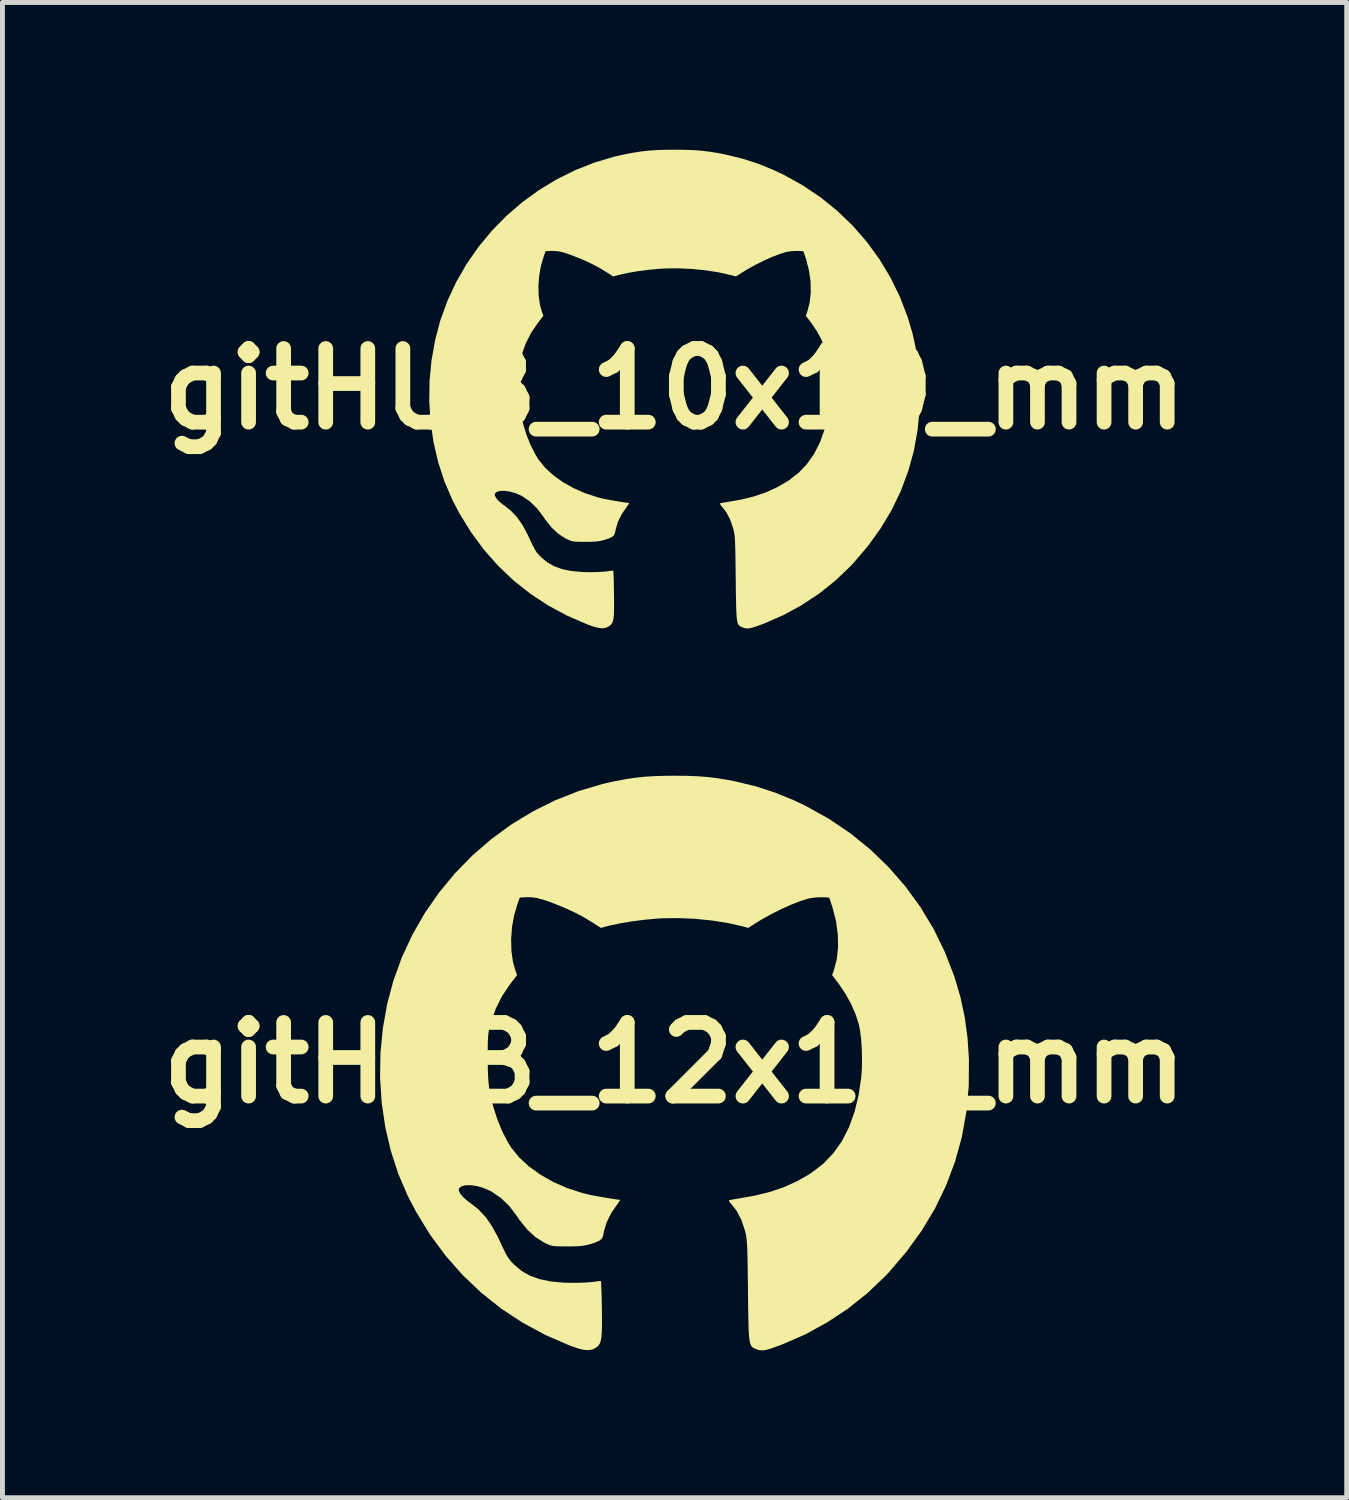
<source format=kicad_pcb>
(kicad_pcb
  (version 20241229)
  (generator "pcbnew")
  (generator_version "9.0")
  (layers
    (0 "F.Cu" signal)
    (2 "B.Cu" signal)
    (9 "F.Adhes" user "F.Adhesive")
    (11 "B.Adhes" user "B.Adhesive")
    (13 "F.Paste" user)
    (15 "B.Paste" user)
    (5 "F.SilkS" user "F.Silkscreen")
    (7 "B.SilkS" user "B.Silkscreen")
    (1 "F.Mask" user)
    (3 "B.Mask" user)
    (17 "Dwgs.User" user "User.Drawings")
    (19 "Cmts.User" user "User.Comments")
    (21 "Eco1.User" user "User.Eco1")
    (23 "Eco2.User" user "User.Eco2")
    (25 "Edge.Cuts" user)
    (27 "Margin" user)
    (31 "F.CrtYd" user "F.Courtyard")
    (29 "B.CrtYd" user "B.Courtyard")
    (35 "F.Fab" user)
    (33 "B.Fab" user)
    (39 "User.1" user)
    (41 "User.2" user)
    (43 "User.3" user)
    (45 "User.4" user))
  (footprint "gitHUB_10x10_mm"
    (layer "F.Cu")
    (at 10.693 4.872)
    (property "Reference" "gitHUB_10x10_mm" (at 0 0 0) (layer "F.SilkS") (effects (font (size 1.5 1.5) (thickness 0.3))))
    (attr board_only exclude_from_pos_files exclude_from_bom)
    (fp_poly (pts (xy 0.213 -4.87) (xy 0.398 -4.863) (xy 0.567 -4.85) (xy 0.731 -4.829) (xy 0.902 -4.801) (xy 1.032 -4.775) (xy 1.376 -4.692) (xy 1.703 -4.587) (xy 2.026 -4.455) (xy 2.231 -4.357) (xy 2.619 -4.141) (xy 2.983 -3.895) (xy 3.322 -3.62) (xy 3.635 -3.318) (xy 3.919 -2.991) (xy 4.174 -2.64) (xy 4.399 -2.267) (xy 4.591 -1.874) (xy 4.749 -1.462) (xy 4.75 -1.458) (xy 4.852 -1.115) (xy 4.925 -0.771) (xy 4.973 -0.415) (xy 4.996 -0.059) (xy 4.993 0.393) (xy 4.952 0.834) (xy 4.875 1.262) (xy 4.76 1.677) (xy 4.609 2.08) (xy 4.422 2.469) (xy 4.197 2.844) (xy 3.937 3.206) (xy 3.64 3.553) (xy 3.577 3.62) (xy 3.274 3.908) (xy 2.945 4.171) (xy 2.591 4.405) (xy 2.218 4.609) (xy 1.829 4.779) (xy 1.733 4.815) (xy 1.629 4.851) (xy 1.552 4.873) (xy 1.493 4.882) (xy 1.443 4.878) (xy 1.393 4.863) (xy 1.378 4.857) (xy 1.35 4.845) (xy 1.327 4.831) (xy 1.308 4.813) (xy 1.292 4.787) (xy 1.28 4.749) (xy 1.27 4.697) (xy 1.263 4.626) (xy 1.258 4.533) (xy 1.254 4.416) (xy 1.251 4.269) (xy 1.248 4.091) (xy 1.246 3.878) (xy 1.245 3.859) (xy 1.243 3.65) (xy 1.241 3.477) (xy 1.238 3.334) (xy 1.235 3.219) (xy 1.232 3.126) (xy 1.228 3.052) (xy 1.223 2.994) (xy 1.216 2.945) (xy 1.209 2.904) (xy 1.2 2.865) (xy 1.196 2.85) (xy 1.132 2.662) (xy 1.05 2.508) (xy 0.983 2.422) (xy 0.946 2.377) (xy 0.924 2.345) (xy 0.921 2.335) (xy 0.943 2.328) (xy 0.994 2.318) (xy 1.063 2.307) (xy 1.075 2.305) (xy 1.363 2.255) (xy 1.62 2.191) (xy 1.853 2.112) (xy 2.07 2.014) (xy 2.277 1.897) (xy 2.331 1.862) (xy 2.527 1.71) (xy 2.697 1.532) (xy 2.841 1.326) (xy 2.961 1.092) (xy 3.055 0.829) (xy 3.126 0.536) (xy 3.168 0.25) (xy 3.179 0.101) (xy 3.182 -0.063) (xy 3.178 -0.232) (xy 3.167 -0.394) (xy 3.149 -0.54) (xy 3.127 -0.655) (xy 3.072 -0.822) (xy 2.994 -1) (xy 2.899 -1.174) (xy 2.795 -1.328) (xy 2.792 -1.333) (xy 2.673 -1.489) (xy 2.703 -1.57) (xy 2.752 -1.756) (xy 2.775 -1.962) (xy 2.77 -2.182) (xy 2.739 -2.409) (xy 2.681 -2.635) (xy 2.67 -2.668) (xy 2.624 -2.804) (xy 2.503 -2.81) (xy 2.412 -2.807) (xy 2.314 -2.796) (xy 2.266 -2.786) (xy 2.133 -2.744) (xy 1.978 -2.684) (xy 1.81 -2.608) (xy 1.64 -2.523) (xy 1.475 -2.431) (xy 1.363 -2.362) (xy 1.25 -2.29) (xy 1.148 -2.317) (xy 0.902 -2.373) (xy 0.632 -2.415) (xy 0.349 -2.443) (xy 0.065 -2.456) (xy -0.207 -2.452) (xy -0.31 -2.446) (xy -0.519 -2.426) (xy -0.725 -2.4) (xy -0.919 -2.368) (xy -1.088 -2.332) (xy -1.148 -2.317) (xy -1.25 -2.29) (xy -1.363 -2.362) (xy -1.521 -2.459) (xy -1.677 -2.542) (xy -1.845 -2.621) (xy -1.974 -2.674) (xy -2.118 -2.73) (xy -2.235 -2.77) (xy -2.333 -2.796) (xy -2.419 -2.808) (xy -2.5 -2.811) (xy -2.522 -2.81) (xy -2.627 -2.804) (xy -2.663 -2.706) (xy -2.721 -2.514) (xy -2.758 -2.309) (xy -2.774 -2.101) (xy -2.769 -1.898) (xy -2.742 -1.709) (xy -2.703 -1.57) (xy -2.673 -1.488) (xy -2.791 -1.335) (xy -2.925 -1.137) (xy -3.033 -0.924) (xy -3.116 -0.689) (xy -3.149 -0.567) (xy -3.161 -0.493) (xy -3.169 -0.388) (xy -3.174 -0.261) (xy -3.175 -0.12) (xy -3.173 0.028) (xy -3.168 0.172) (xy -3.16 0.306) (xy -3.148 0.421) (xy -3.138 0.487) (xy -3.085 0.718) (xy -3.014 0.945) (xy -2.927 1.158) (xy -2.83 1.348) (xy -2.771 1.442) (xy -2.638 1.606) (xy -2.471 1.76) (xy -2.276 1.9) (xy -2.057 2.023) (xy -1.819 2.127) (xy -1.567 2.209) (xy -1.457 2.237) (xy -1.397 2.249) (xy -1.317 2.264) (xy -1.225 2.28) (xy -1.131 2.296) (xy -1.045 2.31) (xy -0.975 2.32) (xy -0.932 2.325) (xy -0.927 2.325) (xy -0.929 2.338) (xy -0.951 2.371) (xy -0.957 2.379) (xy -1.073 2.547) (xy -1.153 2.706) (xy -1.199 2.861) (xy -1.204 2.888) (xy -1.217 2.947) (xy -1.239 2.989) (xy -1.279 3.021) (xy -1.343 3.049) (xy -1.413 3.072) (xy -1.481 3.091) (xy -1.547 3.104) (xy -1.622 3.112) (xy -1.716 3.116) (xy -1.817 3.116) (xy -1.924 3.116) (xy -2.002 3.114) (xy -2.058 3.109) (xy -2.104 3.099) (xy -2.148 3.082) (xy -2.2 3.058) (xy -2.215 3.051) (xy -2.362 2.958) (xy -2.503 2.829) (xy -2.634 2.665) (xy -2.675 2.603) (xy -2.804 2.432) (xy -2.951 2.291) (xy -3.113 2.182) (xy -3.132 2.172) (xy -3.245 2.124) (xy -3.357 2.092) (xy -3.462 2.077) (xy -3.553 2.079) (xy -3.622 2.1) (xy -3.661 2.134) (xy -3.663 2.171) (xy -3.636 2.223) (xy -3.586 2.282) (xy -3.516 2.343) (xy -3.469 2.377) (xy -3.331 2.485) (xy -3.207 2.618) (xy -3.095 2.779) (xy -2.991 2.974) (xy -2.978 3.002) (xy -2.925 3.116) (xy -2.884 3.2) (xy -2.851 3.263) (xy -2.823 3.311) (xy -2.794 3.35) (xy -2.76 3.387) (xy -2.719 3.429) (xy -2.716 3.432) (xy -2.595 3.534) (xy -2.455 3.613) (xy -2.293 3.672) (xy -2.104 3.711) (xy -1.887 3.731) (xy -1.719 3.735) (xy -1.612 3.733) (xy -1.509 3.729) (xy -1.422 3.723) (xy -1.362 3.716) (xy -1.358 3.715) (xy -1.3 3.706) (xy -1.261 3.704) (xy -1.25 3.706) (xy -1.247 3.727) (xy -1.244 3.782) (xy -1.241 3.865) (xy -1.238 3.971) (xy -1.236 4.095) (xy -1.234 4.189) (xy -1.232 4.356) (xy -1.233 4.489) (xy -1.236 4.593) (xy -1.244 4.671) (xy -1.255 4.729) (xy -1.272 4.771) (xy -1.295 4.803) (xy -1.324 4.828) (xy -1.337 4.837) (xy -1.396 4.866) (xy -1.463 4.878) (xy -1.542 4.872) (xy -1.642 4.847) (xy -1.769 4.803) (xy -1.778 4.799) (xy -2.189 4.621) (xy -2.577 4.412) (xy -2.942 4.172) (xy -3.283 3.901) (xy -3.598 3.601) (xy -3.887 3.273) (xy -4.15 2.916) (xy -4.386 2.533) (xy -4.529 2.257) (xy -4.689 1.885) (xy -4.816 1.495) (xy -4.91 1.091) (xy -4.971 0.677) (xy -4.998 0.257) (xy -4.992 -0.166) (xy -4.951 -0.587) (xy -4.876 -1.003) (xy -4.775 -1.386) (xy -4.629 -1.789) (xy -4.45 -2.175) (xy -4.238 -2.543) (xy -3.996 -2.891) (xy -3.726 -3.217) (xy -3.43 -3.52) (xy -3.11 -3.797) (xy -2.768 -4.046) (xy -2.406 -4.266) (xy -2.026 -4.455) (xy -1.63 -4.611) (xy -1.22 -4.733) (xy -1.032 -4.775) (xy -0.85 -4.81) (xy -0.683 -4.836) (xy -0.518 -4.854) (xy -0.346 -4.866) (xy -0.154 -4.871) (xy 0 -4.872)) (stroke (width 0) (type solid)) (fill yes) (layer "F.SilkS")))
  (footprint "gitHUB_12x12_mm"
    (layer "F.Cu")
    (at 10.693 18.602)
    (property "Reference" "gitHUB_12x12_mm" (at 0 0 0) (layer "F.SilkS") (effects (font (size 1.5 1.5) (thickness 0.3))))
    (attr board_only exclude_from_pos_files exclude_from_bom)
    (fp_poly (pts (xy 0.255 -5.846) (xy 0.478 -5.837) (xy 0.681 -5.821) (xy 0.878 -5.797) (xy 1.083 -5.763) (xy 1.239 -5.732) (xy 1.652 -5.633) (xy 2.044 -5.506) (xy 2.431 -5.348) (xy 2.678 -5.23) (xy 3.144 -4.971) (xy 3.581 -4.676) (xy 3.988 -4.346) (xy 4.363 -3.983) (xy 4.704 -3.591) (xy 5.011 -3.169) (xy 5.28 -2.722) (xy 5.51 -2.249) (xy 5.701 -1.755) (xy 5.702 -1.751) (xy 5.824 -1.338) (xy 5.912 -0.925) (xy 5.969 -0.499) (xy 5.997 -0.07) (xy 5.993 0.472) (xy 5.944 1.001) (xy 5.852 1.514) (xy 5.714 2.013) (xy 5.533 2.496) (xy 5.308 2.963) (xy 5.038 3.414) (xy 4.725 3.848) (xy 4.369 4.265) (xy 4.293 4.345) (xy 3.931 4.691) (xy 3.535 5.007) (xy 3.11 5.288) (xy 2.663 5.533) (xy 2.196 5.737) (xy 2.08 5.78) (xy 1.955 5.824) (xy 1.863 5.85) (xy 1.792 5.86) (xy 1.732 5.855) (xy 1.672 5.837) (xy 1.654 5.83) (xy 1.621 5.815) (xy 1.593 5.799) (xy 1.57 5.778) (xy 1.551 5.746) (xy 1.536 5.701) (xy 1.525 5.638) (xy 1.516 5.553) (xy 1.509 5.442) (xy 1.505 5.301) (xy 1.501 5.125) (xy 1.498 4.911) (xy 1.495 4.655) (xy 1.495 4.632) (xy 1.492 4.382) (xy 1.489 4.174) (xy 1.486 4.002) (xy 1.483 3.864) (xy 1.479 3.753) (xy 1.474 3.664) (xy 1.467 3.593) (xy 1.46 3.536) (xy 1.451 3.486) (xy 1.44 3.439) (xy 1.435 3.421) (xy 1.358 3.195) (xy 1.261 3.011) (xy 1.18 2.907) (xy 1.135 2.853) (xy 1.109 2.815) (xy 1.106 2.803) (xy 1.132 2.795) (xy 1.193 2.783) (xy 1.276 2.769) (xy 1.291 2.767) (xy 1.636 2.706) (xy 1.944 2.63) (xy 2.224 2.535) (xy 2.484 2.418) (xy 2.733 2.277) (xy 2.798 2.235) (xy 3.033 2.053) (xy 3.237 1.839) (xy 3.411 1.592) (xy 3.554 1.311) (xy 3.668 0.995) (xy 3.752 0.643) (xy 3.802 0.3) (xy 3.816 0.122) (xy 3.819 -0.076) (xy 3.814 -0.278) (xy 3.801 -0.474) (xy 3.78 -0.648) (xy 3.753 -0.786) (xy 3.688 -0.987) (xy 3.594 -1.201) (xy 3.48 -1.409) (xy 3.355 -1.595) (xy 3.351 -1.6) (xy 3.209 -1.787) (xy 3.244 -1.884) (xy 3.304 -2.107) (xy 3.331 -2.355) (xy 3.325 -2.619) (xy 3.288 -2.891) (xy 3.218 -3.163) (xy 3.205 -3.203) (xy 3.15 -3.366) (xy 3.005 -3.373) (xy 2.896 -3.37) (xy 2.778 -3.356) (xy 2.72 -3.344) (xy 2.56 -3.294) (xy 2.374 -3.221) (xy 2.173 -3.131) (xy 1.968 -3.028) (xy 1.771 -2.918) (xy 1.636 -2.835) (xy 1.501 -2.748) (xy 1.378 -2.782) (xy 1.083 -2.848) (xy 0.759 -2.899) (xy 0.419 -2.933) (xy 0.078 -2.948) (xy -0.248 -2.944) (xy -0.372 -2.936) (xy -0.622 -2.913) (xy -0.87 -2.881) (xy -1.103 -2.842) (xy -1.306 -2.8) (xy -1.378 -2.782) (xy -1.501 -2.748) (xy -1.636 -2.835) (xy -1.826 -2.952) (xy -2.013 -3.052) (xy -2.214 -3.146) (xy -2.369 -3.21) (xy -2.542 -3.278) (xy -2.683 -3.325) (xy -2.8 -3.356) (xy -2.903 -3.371) (xy -3.001 -3.374) (xy -3.028 -3.373) (xy -3.153 -3.366) (xy -3.197 -3.248) (xy -3.266 -3.018) (xy -3.311 -2.772) (xy -3.33 -2.521) (xy -3.324 -2.278) (xy -3.292 -2.052) (xy -3.244 -1.884) (xy -3.208 -1.786) (xy -3.35 -1.603) (xy -3.512 -1.364) (xy -3.64 -1.109) (xy -3.741 -0.827) (xy -3.78 -0.68) (xy -3.794 -0.591) (xy -3.804 -0.465) (xy -3.81 -0.313) (xy -3.811 -0.143) (xy -3.809 0.033) (xy -3.803 0.207) (xy -3.793 0.367) (xy -3.779 0.505) (xy -3.767 0.585) (xy -3.703 0.862) (xy -3.618 1.134) (xy -3.514 1.39) (xy -3.397 1.618) (xy -3.326 1.731) (xy -3.166 1.928) (xy -2.966 2.112) (xy -2.732 2.28) (xy -2.469 2.429) (xy -2.184 2.554) (xy -1.881 2.652) (xy -1.749 2.685) (xy -1.677 2.7) (xy -1.581 2.718) (xy -1.47 2.737) (xy -1.358 2.756) (xy -1.254 2.773) (xy -1.171 2.785) (xy -1.119 2.791) (xy -1.112 2.791) (xy -1.116 2.807) (xy -1.141 2.846) (xy -1.148 2.855) (xy -1.288 3.057) (xy -1.384 3.249) (xy -1.439 3.435) (xy -1.445 3.467) (xy -1.46 3.537) (xy -1.487 3.588) (xy -1.535 3.626) (xy -1.612 3.66) (xy -1.696 3.688) (xy -1.778 3.711) (xy -1.857 3.726) (xy -1.947 3.736) (xy -2.06 3.74) (xy -2.182 3.741) (xy -2.31 3.74) (xy -2.403 3.738) (xy -2.471 3.732) (xy -2.526 3.72) (xy -2.578 3.7) (xy -2.64 3.671) (xy -2.658 3.662) (xy -2.835 3.551) (xy -3.004 3.395) (xy -3.162 3.199) (xy -3.211 3.125) (xy -3.366 2.92) (xy -3.543 2.75) (xy -3.737 2.619) (xy -3.759 2.608) (xy -3.895 2.549) (xy -4.029 2.511) (xy -4.156 2.493) (xy -4.265 2.496) (xy -4.348 2.521) (xy -4.394 2.561) (xy -4.397 2.607) (xy -4.365 2.668) (xy -4.304 2.74) (xy -4.221 2.813) (xy -4.164 2.854) (xy -3.998 2.983) (xy -3.85 3.142) (xy -3.716 3.336) (xy -3.59 3.569) (xy -3.574 3.604) (xy -3.511 3.74) (xy -3.462 3.842) (xy -3.423 3.917) (xy -3.388 3.974) (xy -3.353 4.021) (xy -3.314 4.066) (xy -3.264 4.117) (xy -3.26 4.12) (xy -3.115 4.242) (xy -2.947 4.337) (xy -2.752 4.407) (xy -2.526 4.454) (xy -2.265 4.479) (xy -2.064 4.483) (xy -1.935 4.481) (xy -1.811 4.476) (xy -1.707 4.469) (xy -1.634 4.46) (xy -1.63 4.46) (xy -1.561 4.449) (xy -1.513 4.446) (xy -1.501 4.448) (xy -1.497 4.474) (xy -1.494 4.54) (xy -1.49 4.64) (xy -1.486 4.767) (xy -1.483 4.915) (xy -1.481 5.028) (xy -1.479 5.229) (xy -1.48 5.389) (xy -1.484 5.513) (xy -1.493 5.607) (xy -1.507 5.676) (xy -1.527 5.727) (xy -1.554 5.765) (xy -1.59 5.796) (xy -1.605 5.806) (xy -1.676 5.841) (xy -1.756 5.855) (xy -1.851 5.848) (xy -1.971 5.818) (xy -2.123 5.765) (xy -2.134 5.761) (xy -2.628 5.547) (xy -3.094 5.296) (xy -3.532 5.008) (xy -3.94 4.683) (xy -4.319 4.323) (xy -4.666 3.929) (xy -4.982 3.501) (xy -5.264 3.04) (xy -5.437 2.709) (xy -5.629 2.262) (xy -5.781 1.794) (xy -5.894 1.31) (xy -5.967 0.813) (xy -6 0.308) (xy -5.992 -0.199) (xy -5.943 -0.705) (xy -5.854 -1.204) (xy -5.731 -1.664) (xy -5.557 -2.147) (xy -5.341 -2.611) (xy -5.087 -3.053) (xy -4.797 -3.47) (xy -4.473 -3.862) (xy -4.118 -4.225) (xy -3.733 -4.557) (xy -3.323 -4.857) (xy -2.888 -5.121) (xy -2.432 -5.348) (xy -1.957 -5.535) (xy -1.465 -5.681) (xy -1.239 -5.732) (xy -1.021 -5.774) (xy -0.82 -5.805) (xy -0.622 -5.827) (xy -0.415 -5.84) (xy -0.184 -5.847) (xy 0 -5.848)) (stroke (width 0) (type solid)) (fill yes) (layer "F.SilkS")))
  (gr_rect
    (start -3 -3)
    (end 24.386 27.462)
    (stroke (width 0.1) (type default))
    (fill no)
    (layer "Edge.Cuts")))
</source>
